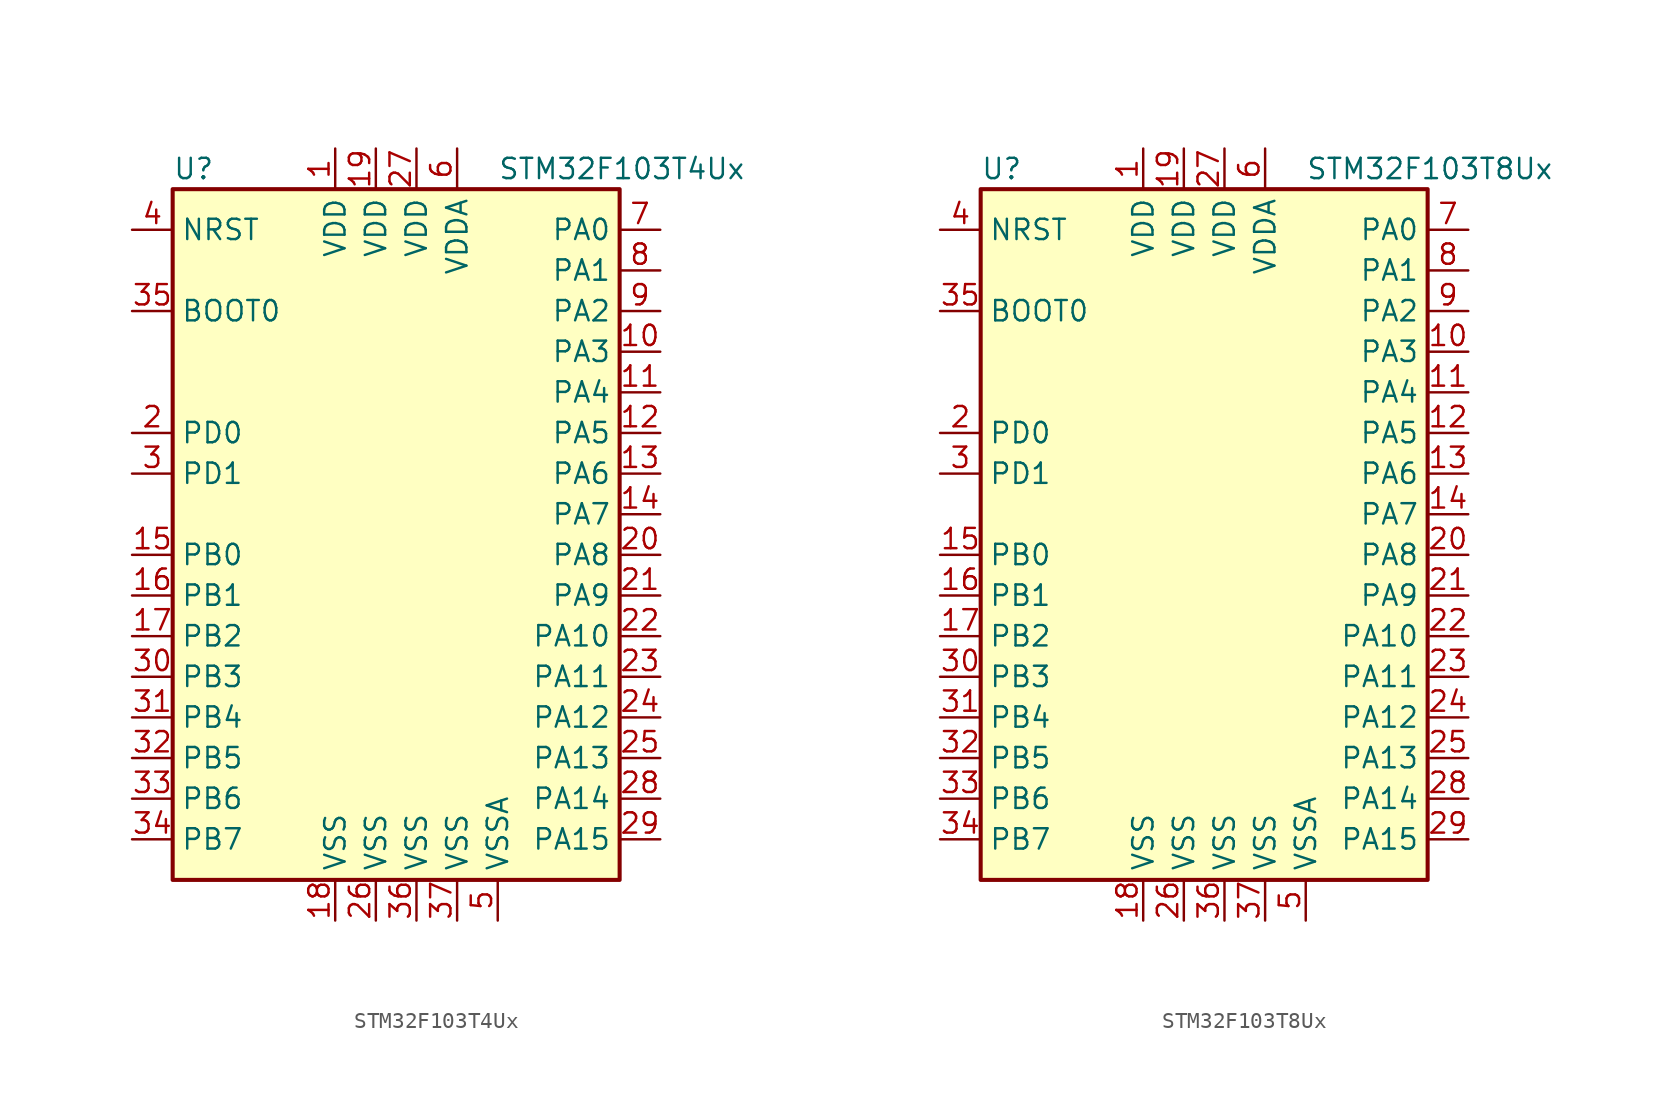
<source format=kicad_sym>
(kicad_symbol_lib
  (version 20201005)
  (generator kicad_symbol_editor)
  (symbol "STM32F103T4Ux"
    (property "Reference" "U"
      (at -15.24 21.59 0)
      (effects (font (size 1.27 1.27)) (justify left)))
    (property "Value" "STM32F103T4Ux"
      (at 5.08 21.59 0)
      (effects (font (size 1.27 1.27)) (justify left)))
    (symbol "STM32F103T4Ux_0_1"
      (rectangle (start -15.24 -22.86) (end 12.7 20.32) (stroke (width 0.254)) (fill (type background))))
    (symbol "STM32F103T4Ux_1_1"
      (pin input line (at -17.78 12.7 0) (length 2.54) (name "BOOT0" (effects (font (size 1.27 1.27)))) (number "35" (effects (font (size 1.27 1.27)))))
      (pin input line (at -17.78 17.78 0) (length 2.54) (name "NRST" (effects (font (size 1.27 1.27)))) (number "4" (effects (font (size 1.27 1.27)))))
      (pin bidirectional line (at 15.24 17.78 180) (length 2.54) (name "PA0" (effects (font (size 1.27 1.27)))) (number "7" (effects (font (size 1.27 1.27)))))
      (pin bidirectional line (at 15.24 15.24 180) (length 2.54) (name "PA1" (effects (font (size 1.27 1.27)))) (number "8" (effects (font (size 1.27 1.27)))))
      (pin bidirectional line (at 15.24 -7.62 180) (length 2.54) (name "PA10" (effects (font (size 1.27 1.27)))) (number "22" (effects (font (size 1.27 1.27)))))
      (pin bidirectional line (at 15.24 -10.16 180) (length 2.54) (name "PA11" (effects (font (size 1.27 1.27)))) (number "23" (effects (font (size 1.27 1.27)))))
      (pin bidirectional line (at 15.24 -12.7 180) (length 2.54) (name "PA12" (effects (font (size 1.27 1.27)))) (number "24" (effects (font (size 1.27 1.27)))))
      (pin bidirectional line (at 15.24 -15.24 180) (length 2.54) (name "PA13" (effects (font (size 1.27 1.27)))) (number "25" (effects (font (size 1.27 1.27)))))
      (pin bidirectional line (at 15.24 -17.78 180) (length 2.54) (name "PA14" (effects (font (size 1.27 1.27)))) (number "28" (effects (font (size 1.27 1.27)))))
      (pin bidirectional line (at 15.24 -20.32 180) (length 2.54) (name "PA15" (effects (font (size 1.27 1.27)))) (number "29" (effects (font (size 1.27 1.27)))))
      (pin bidirectional line (at 15.24 12.7 180) (length 2.54) (name "PA2" (effects (font (size 1.27 1.27)))) (number "9" (effects (font (size 1.27 1.27)))))
      (pin bidirectional line (at 15.24 10.16 180) (length 2.54) (name "PA3" (effects (font (size 1.27 1.27)))) (number "10" (effects (font (size 1.27 1.27)))))
      (pin bidirectional line (at 15.24 7.62 180) (length 2.54) (name "PA4" (effects (font (size 1.27 1.27)))) (number "11" (effects (font (size 1.27 1.27)))))
      (pin bidirectional line (at 15.24 5.08 180) (length 2.54) (name "PA5" (effects (font (size 1.27 1.27)))) (number "12" (effects (font (size 1.27 1.27)))))
      (pin bidirectional line (at 15.24 2.54 180) (length 2.54) (name "PA6" (effects (font (size 1.27 1.27)))) (number "13" (effects (font (size 1.27 1.27)))))
      (pin bidirectional line (at 15.24 0 180) (length 2.54) (name "PA7" (effects (font (size 1.27 1.27)))) (number "14" (effects (font (size 1.27 1.27)))))
      (pin bidirectional line (at 15.24 -2.54 180) (length 2.54) (name "PA8" (effects (font (size 1.27 1.27)))) (number "20" (effects (font (size 1.27 1.27)))))
      (pin bidirectional line (at 15.24 -5.08 180) (length 2.54) (name "PA9" (effects (font (size 1.27 1.27)))) (number "21" (effects (font (size 1.27 1.27)))))
      (pin bidirectional line (at -17.78 -2.54 0) (length 2.54) (name "PB0" (effects (font (size 1.27 1.27)))) (number "15" (effects (font (size 1.27 1.27)))))
      (pin bidirectional line (at -17.78 -5.08 0) (length 2.54) (name "PB1" (effects (font (size 1.27 1.27)))) (number "16" (effects (font (size 1.27 1.27)))))
      (pin bidirectional line (at -17.78 -7.62 0) (length 2.54) (name "PB2" (effects (font (size 1.27 1.27)))) (number "17" (effects (font (size 1.27 1.27)))))
      (pin bidirectional line (at -17.78 -10.16 0) (length 2.54) (name "PB3" (effects (font (size 1.27 1.27)))) (number "30" (effects (font (size 1.27 1.27)))))
      (pin bidirectional line (at -17.78 -12.7 0) (length 2.54) (name "PB4" (effects (font (size 1.27 1.27)))) (number "31" (effects (font (size 1.27 1.27)))))
      (pin bidirectional line (at -17.78 -15.24 0) (length 2.54) (name "PB5" (effects (font (size 1.27 1.27)))) (number "32" (effects (font (size 1.27 1.27)))))
      (pin bidirectional line (at -17.78 -17.78 0) (length 2.54) (name "PB6" (effects (font (size 1.27 1.27)))) (number "33" (effects (font (size 1.27 1.27)))))
      (pin bidirectional line (at -17.78 -20.32 0) (length 2.54) (name "PB7" (effects (font (size 1.27 1.27)))) (number "34" (effects (font (size 1.27 1.27)))))
      (pin input line (at -17.78 5.08 0) (length 2.54) (name "PD0" (effects (font (size 1.27 1.27)))) (number "2" (effects (font (size 1.27 1.27)))))
      (pin input line (at -17.78 2.54 0) (length 2.54) (name "PD1" (effects (font (size 1.27 1.27)))) (number "3" (effects (font (size 1.27 1.27)))))
      (pin power_in line (at -5.08 22.86 270) (length 2.54) (name "VDD" (effects (font (size 1.27 1.27)))) (number "1" (effects (font (size 1.27 1.27)))))
      (pin power_in line (at -2.54 22.86 270) (length 2.54) (name "VDD" (effects (font (size 1.27 1.27)))) (number "19" (effects (font (size 1.27 1.27)))))
      (pin power_in line (at 0 22.86 270) (length 2.54) (name "VDD" (effects (font (size 1.27 1.27)))) (number "27" (effects (font (size 1.27 1.27)))))
      (pin power_in line (at 2.54 22.86 270) (length 2.54) (name "VDDA" (effects (font (size 1.27 1.27)))) (number "6" (effects (font (size 1.27 1.27)))))
      (pin power_in line (at -5.08 -25.4 90) (length 2.54) (name "VSS" (effects (font (size 1.27 1.27)))) (number "18" (effects (font (size 1.27 1.27)))))
      (pin power_in line (at -2.54 -25.4 90) (length 2.54) (name "VSS" (effects (font (size 1.27 1.27)))) (number "26" (effects (font (size 1.27 1.27)))))
      (pin power_in line (at 0 -25.4 90) (length 2.54) (name "VSS" (effects (font (size 1.27 1.27)))) (number "36" (effects (font (size 1.27 1.27)))))
      (pin power_in line (at 2.54 -25.4 90) (length 2.54) (name "VSS" (effects (font (size 1.27 1.27)))) (number "37" (effects (font (size 1.27 1.27)))))
      (pin power_in line (at 5.08 -25.4 90) (length 2.54) (name "VSSA" (effects (font (size 1.27 1.27)))) (number "5" (effects (font (size 1.27 1.27)))))))
  (symbol "STM32F103T8Ux"
    (property "Reference" "U"
      (at -15.24 21.59 0)
      (effects (font (size 1.27 1.27)) (justify left)))
    (property "Value" "STM32F103T8Ux"
      (at 5.08 21.59 0)
      (effects (font (size 1.27 1.27)) (justify left)))
    (symbol "STM32F103T8Ux_0_1"
      (rectangle (start -15.24 -22.86) (end 12.7 20.32) (stroke (width 0.254)) (fill (type background))))
    (symbol "STM32F103T8Ux_1_1"
      (pin input line (at -17.78 12.7 0) (length 2.54) (name "BOOT0" (effects (font (size 1.27 1.27)))) (number "35" (effects (font (size 1.27 1.27)))))
      (pin input line (at -17.78 17.78 0) (length 2.54) (name "NRST" (effects (font (size 1.27 1.27)))) (number "4" (effects (font (size 1.27 1.27)))))
      (pin bidirectional line (at 15.24 17.78 180) (length 2.54) (name "PA0" (effects (font (size 1.27 1.27)))) (number "7" (effects (font (size 1.27 1.27)))))
      (pin bidirectional line (at 15.24 15.24 180) (length 2.54) (name "PA1" (effects (font (size 1.27 1.27)))) (number "8" (effects (font (size 1.27 1.27)))))
      (pin bidirectional line (at 15.24 -7.62 180) (length 2.54) (name "PA10" (effects (font (size 1.27 1.27)))) (number "22" (effects (font (size 1.27 1.27)))))
      (pin bidirectional line (at 15.24 -10.16 180) (length 2.54) (name "PA11" (effects (font (size 1.27 1.27)))) (number "23" (effects (font (size 1.27 1.27)))))
      (pin bidirectional line (at 15.24 -12.7 180) (length 2.54) (name "PA12" (effects (font (size 1.27 1.27)))) (number "24" (effects (font (size 1.27 1.27)))))
      (pin bidirectional line (at 15.24 -15.24 180) (length 2.54) (name "PA13" (effects (font (size 1.27 1.27)))) (number "25" (effects (font (size 1.27 1.27)))))
      (pin bidirectional line (at 15.24 -17.78 180) (length 2.54) (name "PA14" (effects (font (size 1.27 1.27)))) (number "28" (effects (font (size 1.27 1.27)))))
      (pin bidirectional line (at 15.24 -20.32 180) (length 2.54) (name "PA15" (effects (font (size 1.27 1.27)))) (number "29" (effects (font (size 1.27 1.27)))))
      (pin bidirectional line (at 15.24 12.7 180) (length 2.54) (name "PA2" (effects (font (size 1.27 1.27)))) (number "9" (effects (font (size 1.27 1.27)))))
      (pin bidirectional line (at 15.24 10.16 180) (length 2.54) (name "PA3" (effects (font (size 1.27 1.27)))) (number "10" (effects (font (size 1.27 1.27)))))
      (pin bidirectional line (at 15.24 7.62 180) (length 2.54) (name "PA4" (effects (font (size 1.27 1.27)))) (number "11" (effects (font (size 1.27 1.27)))))
      (pin bidirectional line (at 15.24 5.08 180) (length 2.54) (name "PA5" (effects (font (size 1.27 1.27)))) (number "12" (effects (font (size 1.27 1.27)))))
      (pin bidirectional line (at 15.24 2.54 180) (length 2.54) (name "PA6" (effects (font (size 1.27 1.27)))) (number "13" (effects (font (size 1.27 1.27)))))
      (pin bidirectional line (at 15.24 0 180) (length 2.54) (name "PA7" (effects (font (size 1.27 1.27)))) (number "14" (effects (font (size 1.27 1.27)))))
      (pin bidirectional line (at 15.24 -2.54 180) (length 2.54) (name "PA8" (effects (font (size 1.27 1.27)))) (number "20" (effects (font (size 1.27 1.27)))))
      (pin bidirectional line (at 15.24 -5.08 180) (length 2.54) (name "PA9" (effects (font (size 1.27 1.27)))) (number "21" (effects (font (size 1.27 1.27)))))
      (pin bidirectional line (at -17.78 -2.54 0) (length 2.54) (name "PB0" (effects (font (size 1.27 1.27)))) (number "15" (effects (font (size 1.27 1.27)))))
      (pin bidirectional line (at -17.78 -5.08 0) (length 2.54) (name "PB1" (effects (font (size 1.27 1.27)))) (number "16" (effects (font (size 1.27 1.27)))))
      (pin bidirectional line (at -17.78 -7.62 0) (length 2.54) (name "PB2" (effects (font (size 1.27 1.27)))) (number "17" (effects (font (size 1.27 1.27)))))
      (pin bidirectional line (at -17.78 -10.16 0) (length 2.54) (name "PB3" (effects (font (size 1.27 1.27)))) (number "30" (effects (font (size 1.27 1.27)))))
      (pin bidirectional line (at -17.78 -12.7 0) (length 2.54) (name "PB4" (effects (font (size 1.27 1.27)))) (number "31" (effects (font (size 1.27 1.27)))))
      (pin bidirectional line (at -17.78 -15.24 0) (length 2.54) (name "PB5" (effects (font (size 1.27 1.27)))) (number "32" (effects (font (size 1.27 1.27)))))
      (pin bidirectional line (at -17.78 -17.78 0) (length 2.54) (name "PB6" (effects (font (size 1.27 1.27)))) (number "33" (effects (font (size 1.27 1.27)))))
      (pin bidirectional line (at -17.78 -20.32 0) (length 2.54) (name "PB7" (effects (font (size 1.27 1.27)))) (number "34" (effects (font (size 1.27 1.27)))))
      (pin input line (at -17.78 5.08 0) (length 2.54) (name "PD0" (effects (font (size 1.27 1.27)))) (number "2" (effects (font (size 1.27 1.27)))))
      (pin input line (at -17.78 2.54 0) (length 2.54) (name "PD1" (effects (font (size 1.27 1.27)))) (number "3" (effects (font (size 1.27 1.27)))))
      (pin power_in line (at -5.08 22.86 270) (length 2.54) (name "VDD" (effects (font (size 1.27 1.27)))) (number "1" (effects (font (size 1.27 1.27)))))
      (pin power_in line (at -2.54 22.86 270) (length 2.54) (name "VDD" (effects (font (size 1.27 1.27)))) (number "19" (effects (font (size 1.27 1.27)))))
      (pin power_in line (at 0 22.86 270) (length 2.54) (name "VDD" (effects (font (size 1.27 1.27)))) (number "27" (effects (font (size 1.27 1.27)))))
      (pin power_in line (at 2.54 22.86 270) (length 2.54) (name "VDDA" (effects (font (size 1.27 1.27)))) (number "6" (effects (font (size 1.27 1.27)))))
      (pin power_in line (at -5.08 -25.4 90) (length 2.54) (name "VSS" (effects (font (size 1.27 1.27)))) (number "18" (effects (font (size 1.27 1.27)))))
      (pin power_in line (at -2.54 -25.4 90) (length 2.54) (name "VSS" (effects (font (size 1.27 1.27)))) (number "26" (effects (font (size 1.27 1.27)))))
      (pin power_in line (at 0 -25.4 90) (length 2.54) (name "VSS" (effects (font (size 1.27 1.27)))) (number "36" (effects (font (size 1.27 1.27)))))
      (pin power_in line (at 2.54 -25.4 90) (length 2.54) (name "VSS" (effects (font (size 1.27 1.27)))) (number "37" (effects (font (size 1.27 1.27)))))
      (pin power_in line (at 5.08 -25.4 90) (length 2.54) (name "VSSA" (effects (font (size 1.27 1.27)))) (number "5" (effects (font (size 1.27 1.27))))))))
</source>
